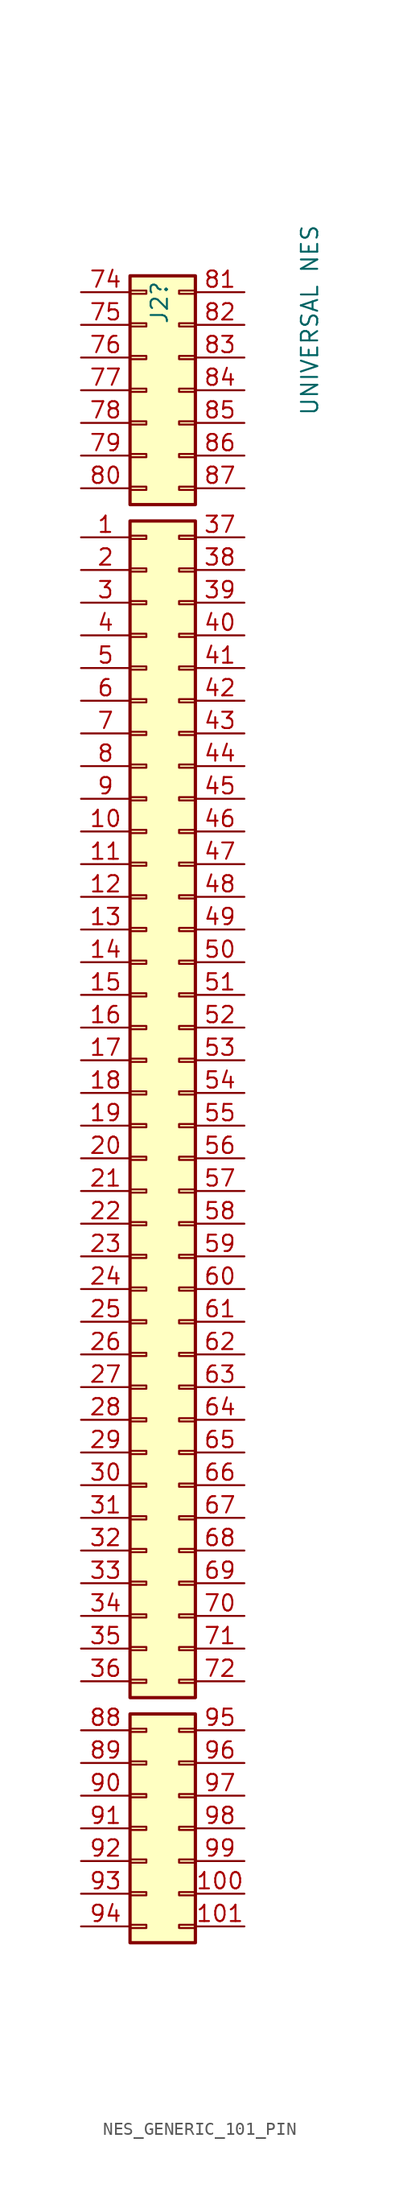
<source format=kicad_sym>
(kicad_symbol_lib
  (version 20231120)
  (generator "kicad_symbol_editor")
  (generator_version "8.0")
  (symbol "NES_GENERIC_101_PIN"
    (pin_names
      (offset 1.016) hide)
    (property "Reference" "J2"
      (at 1.016 59.69 90)
      (effects (font (size 1.27 1.27)) (justify left)))
    (property "Value" "UNIVERSAL NES"
      (at 12.7 52.578 90)
      (effects (font (size 1.27 1.27)) (justify left)))
    (symbol "NES_GENERIC_101_PIN_1_1"
      (rectangle (start -1.27 -64.643) (end 0 -64.897) (stroke (width 0.152) (type default)) (fill (type none)))
      (rectangle (start -1.27 -62.103) (end 0 -62.357) (stroke (width 0.152) (type default)) (fill (type none)))
      (rectangle (start -1.27 -59.563) (end 0 -59.817) (stroke (width 0.152) (type default)) (fill (type none)))
      (rectangle (start -1.27 -57.023) (end 0 -57.277) (stroke (width 0.152) (type default)) (fill (type none)))
      (rectangle (start -1.27 -54.483) (end 0 -54.737) (stroke (width 0.152) (type default)) (fill (type none)))
      (rectangle (start -1.27 -51.943) (end 0 -52.197) (stroke (width 0.152) (type default)) (fill (type none)))
      (rectangle (start -1.27 -49.403) (end 0 -49.657) (stroke (width 0.152) (type default)) (fill (type none)))
      (rectangle (start -1.27 -48.26) (end 3.81 -66.04) (stroke (width 0.254) (type default)) (fill (type background)))
      (rectangle (start -1.27 -45.593) (end 0 -45.847) (stroke (width 0.152) (type default)) (fill (type none)))
      (rectangle (start -1.27 -43.053) (end 0 -43.307) (stroke (width 0.152) (type default)) (fill (type none)))
      (rectangle (start -1.27 -40.513) (end 0 -40.767) (stroke (width 0.152) (type default)) (fill (type none)))
      (rectangle (start -1.27 -37.973) (end 0 -38.227) (stroke (width 0.152) (type default)) (fill (type none)))
      (rectangle (start -1.27 -35.433) (end 0 -35.687) (stroke (width 0.152) (type default)) (fill (type none)))
      (rectangle (start -1.27 -32.893) (end 0 -33.147) (stroke (width 0.152) (type default)) (fill (type none)))
      (rectangle (start -1.27 -30.353) (end 0 -30.607) (stroke (width 0.152) (type default)) (fill (type none)))
      (rectangle (start -1.27 -27.813) (end 0 -28.067) (stroke (width 0.152) (type default)) (fill (type none)))
      (rectangle (start -1.27 -25.273) (end 0 -25.527) (stroke (width 0.152) (type default)) (fill (type none)))
      (rectangle (start -1.27 -22.733) (end 0 -22.987) (stroke (width 0.152) (type default)) (fill (type none)))
      (rectangle (start -1.27 -20.193) (end 0 -20.447) (stroke (width 0.152) (type default)) (fill (type none)))
      (rectangle (start -1.27 -17.653) (end 0 -17.907) (stroke (width 0.152) (type default)) (fill (type none)))
      (rectangle (start -1.27 -15.113) (end 0 -15.367) (stroke (width 0.152) (type default)) (fill (type none)))
      (rectangle (start -1.27 -12.573) (end 0 -12.827) (stroke (width 0.152) (type default)) (fill (type none)))
      (rectangle (start -1.27 -10.033) (end 0 -10.287) (stroke (width 0.152) (type default)) (fill (type none)))
      (rectangle (start -1.27 -7.493) (end 0 -7.747) (stroke (width 0.152) (type default)) (fill (type none)))
      (rectangle (start -1.27 -4.953) (end 0 -5.207) (stroke (width 0.152) (type default)) (fill (type none)))
      (rectangle (start -1.27 -2.413) (end 0 -2.667) (stroke (width 0.152) (type default)) (fill (type none)))
      (rectangle (start -1.27 0.127) (end 0 -0.127) (stroke (width 0.152) (type default)) (fill (type none)))
      (rectangle (start -1.27 2.667) (end 0 2.413) (stroke (width 0.152) (type default)) (fill (type none)))
      (rectangle (start -1.27 5.207) (end 0 4.953) (stroke (width 0.152) (type default)) (fill (type none)))
      (rectangle (start -1.27 7.747) (end 0 7.493) (stroke (width 0.152) (type default)) (fill (type none)))
      (rectangle (start -1.27 10.287) (end 0 10.033) (stroke (width 0.152) (type default)) (fill (type none)))
      (rectangle (start -1.27 12.827) (end 0 12.573) (stroke (width 0.152) (type default)) (fill (type none)))
      (rectangle (start -1.27 15.367) (end 0 15.113) (stroke (width 0.152) (type default)) (fill (type none)))
      (rectangle (start -1.27 17.907) (end 0 17.653) (stroke (width 0.152) (type default)) (fill (type none)))
      (rectangle (start -1.27 20.447) (end 0 20.193) (stroke (width 0.152) (type default)) (fill (type none)))
      (rectangle (start -1.27 22.987) (end 0 22.733) (stroke (width 0.152) (type default)) (fill (type none)))
      (rectangle (start -1.27 25.527) (end 0 25.273) (stroke (width 0.152) (type default)) (fill (type none)))
      (rectangle (start -1.27 28.067) (end 0 27.813) (stroke (width 0.152) (type default)) (fill (type none)))
      (rectangle (start -1.27 30.607) (end 0 30.353) (stroke (width 0.152) (type default)) (fill (type none)))
      (rectangle (start -1.27 33.147) (end 0 32.893) (stroke (width 0.152) (type default)) (fill (type none)))
      (rectangle (start -1.27 35.687) (end 0 35.433) (stroke (width 0.152) (type default)) (fill (type none)))
      (rectangle (start -1.27 38.227) (end 0 37.973) (stroke (width 0.152) (type default)) (fill (type none)))
      (rectangle (start -1.27 40.767) (end 0 40.513) (stroke (width 0.152) (type default)) (fill (type none)))
      (rectangle (start -1.27 43.307) (end 0 43.053) (stroke (width 0.152) (type default)) (fill (type none)))
      (rectangle (start -1.27 44.45) (end 3.81 -46.99) (stroke (width 0.254) (type default)) (fill (type background)))
      (rectangle (start -1.27 47.117) (end 0 46.863) (stroke (width 0.152) (type default)) (fill (type none)))
      (rectangle (start -1.27 49.657) (end 0 49.403) (stroke (width 0.152) (type default)) (fill (type none)))
      (rectangle (start -1.27 52.197) (end 0 51.943) (stroke (width 0.152) (type default)) (fill (type none)))
      (rectangle (start -1.27 54.737) (end 0 54.483) (stroke (width 0.152) (type default)) (fill (type none)))
      (rectangle (start -1.27 57.277) (end 0 57.023) (stroke (width 0.152) (type default)) (fill (type none)))
      (rectangle (start -1.27 59.817) (end 0 59.563) (stroke (width 0.152) (type default)) (fill (type none)))
      (rectangle (start -1.27 62.357) (end 0 62.103) (stroke (width 0.152) (type default)) (fill (type none)))
      (rectangle (start -1.27 63.5) (end 3.81 45.72) (stroke (width 0.254) (type default)) (fill (type background)))
      (rectangle (start 3.81 -64.897) (end 2.54 -64.643) (stroke (width 0.152) (type default)) (fill (type none)))
      (rectangle (start 3.81 -62.357) (end 2.54 -62.103) (stroke (width 0.152) (type default)) (fill (type none)))
      (rectangle (start 3.81 -59.817) (end 2.54 -59.563) (stroke (width 0.152) (type default)) (fill (type none)))
      (rectangle (start 3.81 -57.277) (end 2.54 -57.023) (stroke (width 0.152) (type default)) (fill (type none)))
      (rectangle (start 3.81 -54.737) (end 2.54 -54.483) (stroke (width 0.152) (type default)) (fill (type none)))
      (rectangle (start 3.81 -52.197) (end 2.54 -51.943) (stroke (width 0.152) (type default)) (fill (type none)))
      (rectangle (start 3.81 -49.657) (end 2.54 -49.403) (stroke (width 0.152) (type default)) (fill (type none)))
      (rectangle (start 3.81 -45.593) (end 2.54 -45.847) (stroke (width 0.152) (type default)) (fill (type none)))
      (rectangle (start 3.81 -43.053) (end 2.54 -43.307) (stroke (width 0.152) (type default)) (fill (type none)))
      (rectangle (start 3.81 -40.513) (end 2.54 -40.767) (stroke (width 0.152) (type default)) (fill (type none)))
      (rectangle (start 3.81 -37.973) (end 2.54 -38.227) (stroke (width 0.152) (type default)) (fill (type none)))
      (rectangle (start 3.81 -35.433) (end 2.54 -35.687) (stroke (width 0.152) (type default)) (fill (type none)))
      (rectangle (start 3.81 -32.893) (end 2.54 -33.147) (stroke (width 0.152) (type default)) (fill (type none)))
      (rectangle (start 3.81 -30.353) (end 2.54 -30.607) (stroke (width 0.152) (type default)) (fill (type none)))
      (rectangle (start 3.81 -27.813) (end 2.54 -28.067) (stroke (width 0.152) (type default)) (fill (type none)))
      (rectangle (start 3.81 -25.273) (end 2.54 -25.527) (stroke (width 0.152) (type default)) (fill (type none)))
      (rectangle (start 3.81 -22.733) (end 2.54 -22.987) (stroke (width 0.152) (type default)) (fill (type none)))
      (rectangle (start 3.81 -20.193) (end 2.54 -20.447) (stroke (width 0.152) (type default)) (fill (type none)))
      (rectangle (start 3.81 -17.653) (end 2.54 -17.907) (stroke (width 0.152) (type default)) (fill (type none)))
      (rectangle (start 3.81 -15.113) (end 2.54 -15.367) (stroke (width 0.152) (type default)) (fill (type none)))
      (rectangle (start 3.81 -12.573) (end 2.54 -12.827) (stroke (width 0.152) (type default)) (fill (type none)))
      (rectangle (start 3.81 -10.033) (end 2.54 -10.287) (stroke (width 0.152) (type default)) (fill (type none)))
      (rectangle (start 3.81 -7.493) (end 2.54 -7.747) (stroke (width 0.152) (type default)) (fill (type none)))
      (rectangle (start 3.81 -4.953) (end 2.54 -5.207) (stroke (width 0.152) (type default)) (fill (type none)))
      (rectangle (start 3.81 -2.413) (end 2.54 -2.667) (stroke (width 0.152) (type default)) (fill (type none)))
      (rectangle (start 3.81 0.127) (end 2.54 -0.127) (stroke (width 0.152) (type default)) (fill (type none)))
      (rectangle (start 3.81 2.667) (end 2.54 2.413) (stroke (width 0.152) (type default)) (fill (type none)))
      (rectangle (start 3.81 5.207) (end 2.54 4.953) (stroke (width 0.152) (type default)) (fill (type none)))
      (rectangle (start 3.81 7.747) (end 2.54 7.493) (stroke (width 0.152) (type default)) (fill (type none)))
      (rectangle (start 3.81 10.287) (end 2.54 10.033) (stroke (width 0.152) (type default)) (fill (type none)))
      (rectangle (start 3.81 12.827) (end 2.54 12.573) (stroke (width 0.152) (type default)) (fill (type none)))
      (rectangle (start 3.81 15.367) (end 2.54 15.113) (stroke (width 0.152) (type default)) (fill (type none)))
      (rectangle (start 3.81 17.907) (end 2.54 17.653) (stroke (width 0.152) (type default)) (fill (type none)))
      (rectangle (start 3.81 20.447) (end 2.54 20.193) (stroke (width 0.152) (type default)) (fill (type none)))
      (rectangle (start 3.81 22.987) (end 2.54 22.733) (stroke (width 0.152) (type default)) (fill (type none)))
      (rectangle (start 3.81 25.527) (end 2.54 25.273) (stroke (width 0.152) (type default)) (fill (type none)))
      (rectangle (start 3.81 28.067) (end 2.54 27.813) (stroke (width 0.152) (type default)) (fill (type none)))
      (rectangle (start 3.81 30.607) (end 2.54 30.353) (stroke (width 0.152) (type default)) (fill (type none)))
      (rectangle (start 3.81 33.147) (end 2.54 32.893) (stroke (width 0.152) (type default)) (fill (type none)))
      (rectangle (start 3.81 35.687) (end 2.54 35.433) (stroke (width 0.152) (type default)) (fill (type none)))
      (rectangle (start 3.81 38.227) (end 2.54 37.973) (stroke (width 0.152) (type default)) (fill (type none)))
      (rectangle (start 3.81 40.767) (end 2.54 40.513) (stroke (width 0.152) (type default)) (fill (type none)))
      (rectangle (start 3.81 43.307) (end 2.54 43.053) (stroke (width 0.152) (type default)) (fill (type none)))
      (rectangle (start 3.81 46.863) (end 2.54 47.117) (stroke (width 0.152) (type default)) (fill (type none)))
      (rectangle (start 3.81 49.403) (end 2.54 49.657) (stroke (width 0.152) (type default)) (fill (type none)))
      (rectangle (start 3.81 51.943) (end 2.54 52.197) (stroke (width 0.152) (type default)) (fill (type none)))
      (rectangle (start 3.81 54.483) (end 2.54 54.737) (stroke (width 0.152) (type default)) (fill (type none)))
      (rectangle (start 3.81 57.023) (end 2.54 57.277) (stroke (width 0.152) (type default)) (fill (type none)))
      (rectangle (start 3.81 59.563) (end 2.54 59.817) (stroke (width 0.152) (type default)) (fill (type none)))
      (rectangle (start 3.81 62.103) (end 2.54 62.357) (stroke (width 0.152) (type default)) (fill (type none)))
      (pin passive line (at -5.08 43.18 0) (length 3.81) (name "Pin_1" (effects (font (size 1.27 1.27)))) (number "1" (effects (font (size 1.27 1.27)))))
      (pin passive line (at -5.08 20.32 0) (length 3.81) (name "Pin_10" (effects (font (size 1.27 1.27)))) (number "10" (effects (font (size 1.27 1.27)))))
      (pin passive line (at 7.62 -62.23 180) (length 3.81) (name "Pin_100" (effects (font (size 1.27 1.27)))) (number "100" (effects (font (size 1.27 1.27)))))
      (pin passive line (at 7.62 -64.77 180) (length 3.81) (name "Pin_101" (effects (font (size 1.27 1.27)))) (number "101" (effects (font (size 1.27 1.27)))))
      (pin passive line (at -5.08 17.78 0) (length 3.81) (name "Pin_11" (effects (font (size 1.27 1.27)))) (number "11" (effects (font (size 1.27 1.27)))))
      (pin passive line (at -5.08 15.24 0) (length 3.81) (name "Pin_12" (effects (font (size 1.27 1.27)))) (number "12" (effects (font (size 1.27 1.27)))))
      (pin passive line (at -5.08 12.7 0) (length 3.81) (name "Pin_13" (effects (font (size 1.27 1.27)))) (number "13" (effects (font (size 1.27 1.27)))))
      (pin passive line (at -5.08 10.16 0) (length 3.81) (name "Pin_14" (effects (font (size 1.27 1.27)))) (number "14" (effects (font (size 1.27 1.27)))))
      (pin passive line (at -5.08 7.62 0) (length 3.81) (name "Pin_15" (effects (font (size 1.27 1.27)))) (number "15" (effects (font (size 1.27 1.27)))))
      (pin passive line (at -5.08 5.08 0) (length 3.81) (name "Pin_16" (effects (font (size 1.27 1.27)))) (number "16" (effects (font (size 1.27 1.27)))))
      (pin passive line (at -5.08 2.54 0) (length 3.81) (name "Pin_17" (effects (font (size 1.27 1.27)))) (number "17" (effects (font (size 1.27 1.27)))))
      (pin passive line (at -5.08 0 0) (length 3.81) (name "Pin_18" (effects (font (size 1.27 1.27)))) (number "18" (effects (font (size 1.27 1.27)))))
      (pin passive line (at -5.08 -2.54 0) (length 3.81) (name "Pin_19" (effects (font (size 1.27 1.27)))) (number "19" (effects (font (size 1.27 1.27)))))
      (pin passive line (at -5.08 40.64 0) (length 3.81) (name "Pin_2" (effects (font (size 1.27 1.27)))) (number "2" (effects (font (size 1.27 1.27)))))
      (pin passive line (at -5.08 -5.08 0) (length 3.81) (name "Pin_20" (effects (font (size 1.27 1.27)))) (number "20" (effects (font (size 1.27 1.27)))))
      (pin passive line (at -5.08 -7.62 0) (length 3.81) (name "Pin_21" (effects (font (size 1.27 1.27)))) (number "21" (effects (font (size 1.27 1.27)))))
      (pin passive line (at -5.08 -10.16 0) (length 3.81) (name "Pin_22" (effects (font (size 1.27 1.27)))) (number "22" (effects (font (size 1.27 1.27)))))
      (pin passive line (at -5.08 -12.7 0) (length 3.81) (name "Pin_23" (effects (font (size 1.27 1.27)))) (number "23" (effects (font (size 1.27 1.27)))))
      (pin passive line (at -5.08 -15.24 0) (length 3.81) (name "Pin_24" (effects (font (size 1.27 1.27)))) (number "24" (effects (font (size 1.27 1.27)))))
      (pin passive line (at -5.08 -17.78 0) (length 3.81) (name "Pin_25" (effects (font (size 1.27 1.27)))) (number "25" (effects (font (size 1.27 1.27)))))
      (pin passive line (at -5.08 -20.32 0) (length 3.81) (name "Pin_26" (effects (font (size 1.27 1.27)))) (number "26" (effects (font (size 1.27 1.27)))))
      (pin passive line (at -5.08 -22.86 0) (length 3.81) (name "Pin_27" (effects (font (size 1.27 1.27)))) (number "27" (effects (font (size 1.27 1.27)))))
      (pin passive line (at -5.08 -25.4 0) (length 3.81) (name "Pin_28" (effects (font (size 1.27 1.27)))) (number "28" (effects (font (size 1.27 1.27)))))
      (pin passive line (at -5.08 -27.94 0) (length 3.81) (name "Pin_29" (effects (font (size 1.27 1.27)))) (number "29" (effects (font (size 1.27 1.27)))))
      (pin passive line (at -5.08 38.1 0) (length 3.81) (name "Pin_3" (effects (font (size 1.27 1.27)))) (number "3" (effects (font (size 1.27 1.27)))))
      (pin passive line (at -5.08 -30.48 0) (length 3.81) (name "Pin_30" (effects (font (size 1.27 1.27)))) (number "30" (effects (font (size 1.27 1.27)))))
      (pin passive line (at -5.08 -33.02 0) (length 3.81) (name "Pin_31" (effects (font (size 1.27 1.27)))) (number "31" (effects (font (size 1.27 1.27)))))
      (pin passive line (at -5.08 -35.56 0) (length 3.81) (name "Pin_32" (effects (font (size 1.27 1.27)))) (number "32" (effects (font (size 1.27 1.27)))))
      (pin passive line (at -5.08 -38.1 0) (length 3.81) (name "Pin_33" (effects (font (size 1.27 1.27)))) (number "33" (effects (font (size 1.27 1.27)))))
      (pin passive line (at -5.08 -40.64 0) (length 3.81) (name "Pin_34" (effects (font (size 1.27 1.27)))) (number "34" (effects (font (size 1.27 1.27)))))
      (pin passive line (at -5.08 -43.18 0) (length 3.81) (name "Pin_35" (effects (font (size 1.27 1.27)))) (number "35" (effects (font (size 1.27 1.27)))))
      (pin passive line (at -5.08 -45.72 0) (length 3.81) (name "Pin_36" (effects (font (size 1.27 1.27)))) (number "36" (effects (font (size 1.27 1.27)))))
      (pin passive line (at 7.62 43.18 180) (length 3.81) (name "Pin_37" (effects (font (size 1.27 1.27)))) (number "37" (effects (font (size 1.27 1.27)))))
      (pin passive line (at 7.62 40.64 180) (length 3.81) (name "Pin_38" (effects (font (size 1.27 1.27)))) (number "38" (effects (font (size 1.27 1.27)))))
      (pin passive line (at 7.62 38.1 180) (length 3.81) (name "Pin_39" (effects (font (size 1.27 1.27)))) (number "39" (effects (font (size 1.27 1.27)))))
      (pin passive line (at -5.08 35.56 0) (length 3.81) (name "Pin_4" (effects (font (size 1.27 1.27)))) (number "4" (effects (font (size 1.27 1.27)))))
      (pin passive line (at 7.62 35.56 180) (length 3.81) (name "Pin_40" (effects (font (size 1.27 1.27)))) (number "40" (effects (font (size 1.27 1.27)))))
      (pin passive line (at 7.62 33.02 180) (length 3.81) (name "Pin_41" (effects (font (size 1.27 1.27)))) (number "41" (effects (font (size 1.27 1.27)))))
      (pin passive line (at 7.62 30.48 180) (length 3.81) (name "Pin_42" (effects (font (size 1.27 1.27)))) (number "42" (effects (font (size 1.27 1.27)))))
      (pin passive line (at 7.62 27.94 180) (length 3.81) (name "Pin_43" (effects (font (size 1.27 1.27)))) (number "43" (effects (font (size 1.27 1.27)))))
      (pin passive line (at 7.62 25.4 180) (length 3.81) (name "Pin_44" (effects (font (size 1.27 1.27)))) (number "44" (effects (font (size 1.27 1.27)))))
      (pin passive line (at 7.62 22.86 180) (length 3.81) (name "Pin_45" (effects (font (size 1.27 1.27)))) (number "45" (effects (font (size 1.27 1.27)))))
      (pin passive line (at 7.62 20.32 180) (length 3.81) (name "Pin_46" (effects (font (size 1.27 1.27)))) (number "46" (effects (font (size 1.27 1.27)))))
      (pin passive line (at 7.62 17.78 180) (length 3.81) (name "Pin_47" (effects (font (size 1.27 1.27)))) (number "47" (effects (font (size 1.27 1.27)))))
      (pin passive line (at 7.62 15.24 180) (length 3.81) (name "Pin_48" (effects (font (size 1.27 1.27)))) (number "48" (effects (font (size 1.27 1.27)))))
      (pin passive line (at 7.62 12.7 180) (length 3.81) (name "Pin_49" (effects (font (size 1.27 1.27)))) (number "49" (effects (font (size 1.27 1.27)))))
      (pin passive line (at -5.08 33.02 0) (length 3.81) (name "Pin_5" (effects (font (size 1.27 1.27)))) (number "5" (effects (font (size 1.27 1.27)))))
      (pin passive line (at 7.62 10.16 180) (length 3.81) (name "Pin_50" (effects (font (size 1.27 1.27)))) (number "50" (effects (font (size 1.27 1.27)))))
      (pin passive line (at 7.62 7.62 180) (length 3.81) (name "Pin_51" (effects (font (size 1.27 1.27)))) (number "51" (effects (font (size 1.27 1.27)))))
      (pin passive line (at 7.62 5.08 180) (length 3.81) (name "Pin_52" (effects (font (size 1.27 1.27)))) (number "52" (effects (font (size 1.27 1.27)))))
      (pin passive line (at 7.62 2.54 180) (length 3.81) (name "Pin_53" (effects (font (size 1.27 1.27)))) (number "53" (effects (font (size 1.27 1.27)))))
      (pin passive line (at 7.62 0 180) (length 3.81) (name "Pin_54" (effects (font (size 1.27 1.27)))) (number "54" (effects (font (size 1.27 1.27)))))
      (pin passive line (at 7.62 -2.54 180) (length 3.81) (name "Pin_55" (effects (font (size 1.27 1.27)))) (number "55" (effects (font (size 1.27 1.27)))))
      (pin passive line (at 7.62 -5.08 180) (length 3.81) (name "Pin_56" (effects (font (size 1.27 1.27)))) (number "56" (effects (font (size 1.27 1.27)))))
      (pin passive line (at 7.62 -7.62 180) (length 3.81) (name "Pin_57" (effects (font (size 1.27 1.27)))) (number "57" (effects (font (size 1.27 1.27)))))
      (pin passive line (at 7.62 -10.16 180) (length 3.81) (name "Pin_58" (effects (font (size 1.27 1.27)))) (number "58" (effects (font (size 1.27 1.27)))))
      (pin passive line (at 7.62 -12.7 180) (length 3.81) (name "Pin_59" (effects (font (size 1.27 1.27)))) (number "59" (effects (font (size 1.27 1.27)))))
      (pin passive line (at -5.08 30.48 0) (length 3.81) (name "Pin_6" (effects (font (size 1.27 1.27)))) (number "6" (effects (font (size 1.27 1.27)))))
      (pin passive line (at 7.62 -15.24 180) (length 3.81) (name "Pin_60" (effects (font (size 1.27 1.27)))) (number "60" (effects (font (size 1.27 1.27)))))
      (pin passive line (at 7.62 -17.78 180) (length 3.81) (name "Pin_61" (effects (font (size 1.27 1.27)))) (number "61" (effects (font (size 1.27 1.27)))))
      (pin passive line (at 7.62 -20.32 180) (length 3.81) (name "Pin_62" (effects (font (size 1.27 1.27)))) (number "62" (effects (font (size 1.27 1.27)))))
      (pin passive line (at 7.62 -22.86 180) (length 3.81) (name "Pin_63" (effects (font (size 1.27 1.27)))) (number "63" (effects (font (size 1.27 1.27)))))
      (pin passive line (at 7.62 -25.4 180) (length 3.81) (name "Pin_64" (effects (font (size 1.27 1.27)))) (number "64" (effects (font (size 1.27 1.27)))))
      (pin passive line (at 7.62 -27.94 180) (length 3.81) (name "Pin_65" (effects (font (size 1.27 1.27)))) (number "65" (effects (font (size 1.27 1.27)))))
      (pin passive line (at 7.62 -30.48 180) (length 3.81) (name "Pin_66" (effects (font (size 1.27 1.27)))) (number "66" (effects (font (size 1.27 1.27)))))
      (pin passive line (at 7.62 -33.02 180) (length 3.81) (name "Pin_67" (effects (font (size 1.27 1.27)))) (number "67" (effects (font (size 1.27 1.27)))))
      (pin passive line (at 7.62 -35.56 180) (length 3.81) (name "Pin_68" (effects (font (size 1.27 1.27)))) (number "68" (effects (font (size 1.27 1.27)))))
      (pin passive line (at 7.62 -38.1 180) (length 3.81) (name "Pin_69" (effects (font (size 1.27 1.27)))) (number "69" (effects (font (size 1.27 1.27)))))
      (pin passive line (at -5.08 27.94 0) (length 3.81) (name "Pin_7" (effects (font (size 1.27 1.27)))) (number "7" (effects (font (size 1.27 1.27)))))
      (pin passive line (at 7.62 -40.64 180) (length 3.81) (name "Pin_70" (effects (font (size 1.27 1.27)))) (number "70" (effects (font (size 1.27 1.27)))))
      (pin passive line (at 7.62 -43.18 180) (length 3.81) (name "Pin_71" (effects (font (size 1.27 1.27)))) (number "71" (effects (font (size 1.27 1.27)))))
      (pin passive line (at 7.62 -45.72 180) (length 3.81) (name "Pin_72" (effects (font (size 1.27 1.27)))) (number "72" (effects (font (size 1.27 1.27)))))
      (pin passive line (at -5.08 62.23 0) (length 3.81) (name "Pin_74" (effects (font (size 1.27 1.27)))) (number "74" (effects (font (size 1.27 1.27)))))
      (pin passive line (at -5.08 59.69 0) (length 3.81) (name "Pin_75" (effects (font (size 1.27 1.27)))) (number "75" (effects (font (size 1.27 1.27)))))
      (pin passive line (at -5.08 57.15 0) (length 3.81) (name "Pin_76" (effects (font (size 1.27 1.27)))) (number "76" (effects (font (size 1.27 1.27)))))
      (pin passive line (at -5.08 54.61 0) (length 3.81) (name "Pin_77" (effects (font (size 1.27 1.27)))) (number "77" (effects (font (size 1.27 1.27)))))
      (pin passive line (at -5.08 52.07 0) (length 3.81) (name "Pin_78" (effects (font (size 1.27 1.27)))) (number "78" (effects (font (size 1.27 1.27)))))
      (pin passive line (at -5.08 49.53 0) (length 3.81) (name "Pin_79" (effects (font (size 1.27 1.27)))) (number "79" (effects (font (size 1.27 1.27)))))
      (pin passive line (at -5.08 25.4 0) (length 3.81) (name "Pin_8" (effects (font (size 1.27 1.27)))) (number "8" (effects (font (size 1.27 1.27)))))
      (pin passive line (at -5.08 46.99 0) (length 3.81) (name "Pin_80" (effects (font (size 1.27 1.27)))) (number "80" (effects (font (size 1.27 1.27)))))
      (pin passive line (at 7.62 62.23 180) (length 3.81) (name "Pin_81" (effects (font (size 1.27 1.27)))) (number "81" (effects (font (size 1.27 1.27)))))
      (pin passive line (at 7.62 59.69 180) (length 3.81) (name "Pin_82" (effects (font (size 1.27 1.27)))) (number "82" (effects (font (size 1.27 1.27)))))
      (pin passive line (at 7.62 57.15 180) (length 3.81) (name "Pin_83" (effects (font (size 1.27 1.27)))) (number "83" (effects (font (size 1.27 1.27)))))
      (pin passive line (at 7.62 54.61 180) (length 3.81) (name "Pin_84" (effects (font (size 1.27 1.27)))) (number "84" (effects (font (size 1.27 1.27)))))
      (pin passive line (at 7.62 52.07 180) (length 3.81) (name "Pin_85" (effects (font (size 1.27 1.27)))) (number "85" (effects (font (size 1.27 1.27)))))
      (pin passive line (at 7.62 49.53 180) (length 3.81) (name "Pin_86" (effects (font (size 1.27 1.27)))) (number "86" (effects (font (size 1.27 1.27)))))
      (pin passive line (at 7.62 46.99 180) (length 3.81) (name "Pin_87" (effects (font (size 1.27 1.27)))) (number "87" (effects (font (size 1.27 1.27)))))
      (pin passive line (at -5.08 -49.53 0) (length 3.81) (name "Pin_88" (effects (font (size 1.27 1.27)))) (number "88" (effects (font (size 1.27 1.27)))))
      (pin passive line (at -5.08 -52.07 0) (length 3.81) (name "Pin_89" (effects (font (size 1.27 1.27)))) (number "89" (effects (font (size 1.27 1.27)))))
      (pin passive line (at -5.08 22.86 0) (length 3.81) (name "Pin_9" (effects (font (size 1.27 1.27)))) (number "9" (effects (font (size 1.27 1.27)))))
      (pin passive line (at -5.08 -54.61 0) (length 3.81) (name "Pin_90" (effects (font (size 1.27 1.27)))) (number "90" (effects (font (size 1.27 1.27)))))
      (pin passive line (at -5.08 -57.15 0) (length 3.81) (name "Pin_91" (effects (font (size 1.27 1.27)))) (number "91" (effects (font (size 1.27 1.27)))))
      (pin passive line (at -5.08 -59.69 0) (length 3.81) (name "Pin_92" (effects (font (size 1.27 1.27)))) (number "92" (effects (font (size 1.27 1.27)))))
      (pin passive line (at -5.08 -62.23 0) (length 3.81) (name "Pin_93" (effects (font (size 1.27 1.27)))) (number "93" (effects (font (size 1.27 1.27)))))
      (pin passive line (at -5.08 -64.77 0) (length 3.81) (name "Pin_94" (effects (font (size 1.27 1.27)))) (number "94" (effects (font (size 1.27 1.27)))))
      (pin passive line (at 7.62 -49.53 180) (length 3.81) (name "Pin_95" (effects (font (size 1.27 1.27)))) (number "95" (effects (font (size 1.27 1.27)))))
      (pin passive line (at 7.62 -52.07 180) (length 3.81) (name "Pin_96" (effects (font (size 1.27 1.27)))) (number "96" (effects (font (size 1.27 1.27)))))
      (pin passive line (at 7.62 -54.61 180) (length 3.81) (name "Pin_97" (effects (font (size 1.27 1.27)))) (number "97" (effects (font (size 1.27 1.27)))))
      (pin passive line (at 7.62 -57.15 180) (length 3.81) (name "Pin_98" (effects (font (size 1.27 1.27)))) (number "98" (effects (font (size 1.27 1.27)))))
      (pin passive line (at 7.62 -59.69 180) (length 3.81) (name "Pin_99" (effects (font (size 1.27 1.27)))) (number "99" (effects (font (size 1.27 1.27))))))))
</source>
